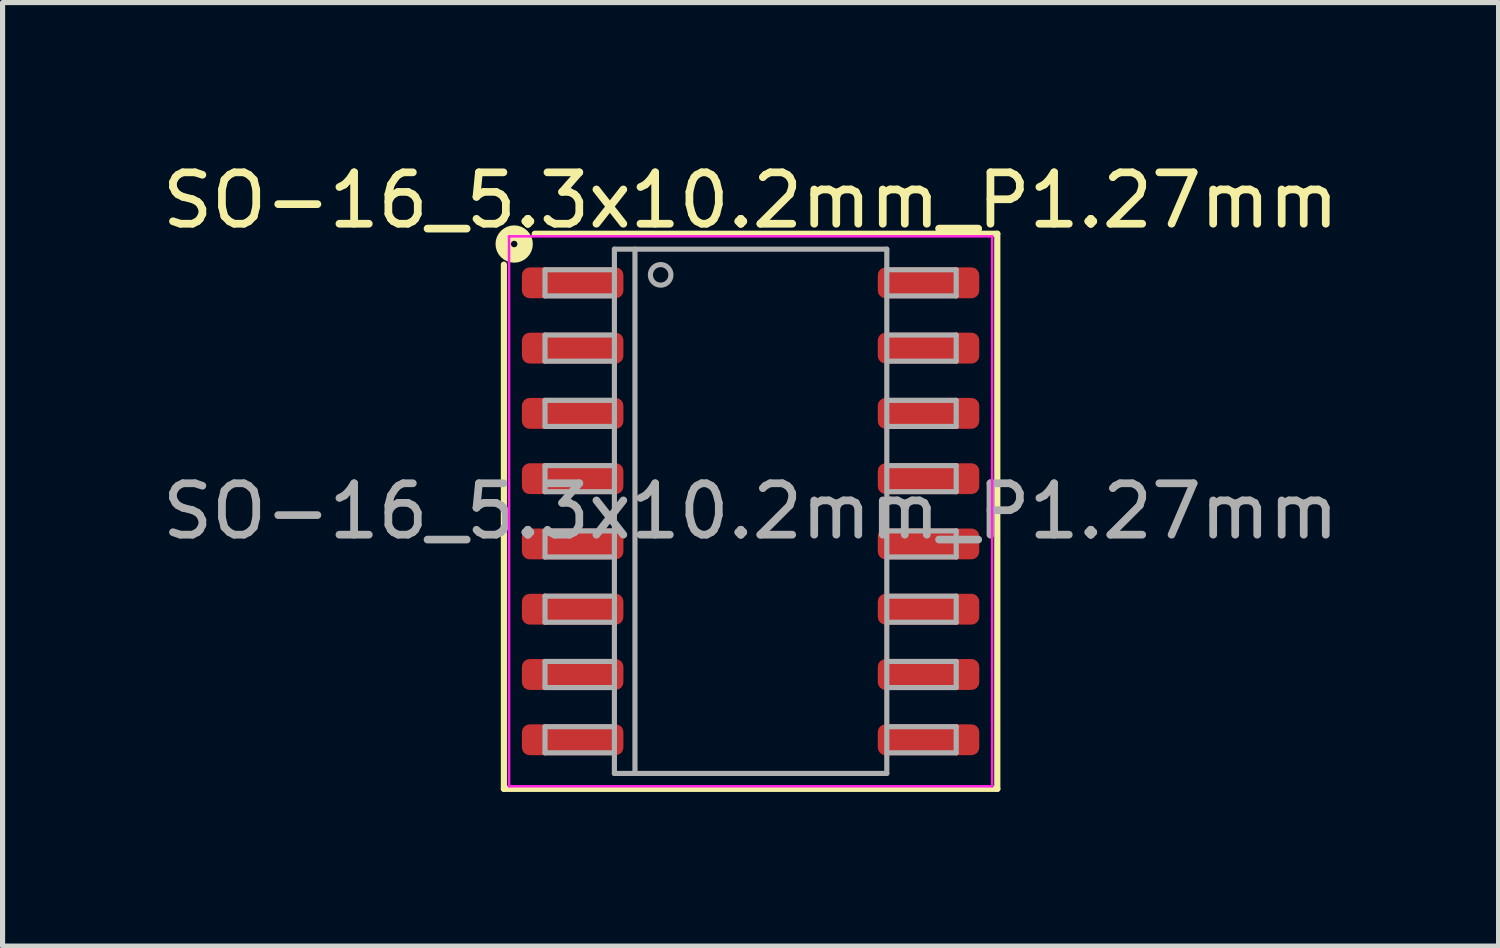
<source format=kicad_pcb>
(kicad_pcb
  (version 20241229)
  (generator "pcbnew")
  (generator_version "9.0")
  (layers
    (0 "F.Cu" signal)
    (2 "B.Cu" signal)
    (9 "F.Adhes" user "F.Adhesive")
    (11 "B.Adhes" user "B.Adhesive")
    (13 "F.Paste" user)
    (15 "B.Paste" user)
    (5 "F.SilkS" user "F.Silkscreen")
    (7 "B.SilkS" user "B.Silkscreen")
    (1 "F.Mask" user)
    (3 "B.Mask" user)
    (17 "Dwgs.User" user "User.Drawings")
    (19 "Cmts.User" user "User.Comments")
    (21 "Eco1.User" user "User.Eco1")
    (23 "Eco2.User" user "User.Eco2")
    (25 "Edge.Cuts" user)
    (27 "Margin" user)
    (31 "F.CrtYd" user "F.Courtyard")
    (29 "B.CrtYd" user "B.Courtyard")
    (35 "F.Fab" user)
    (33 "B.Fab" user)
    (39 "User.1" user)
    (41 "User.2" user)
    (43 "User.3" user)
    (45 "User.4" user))
  (footprint "SO-16_5.3x10.2mm_P1.27mm"
    (layer "F.Cu")
    (at 11.554 6.898)
    (property "Reference" "SO-16_5.3x10.2mm_P1.27mm" (at 0 -6.05 0) (layer "F.SilkS") (effects (font (size 1 1) (thickness 0.15))))
    (attr smd)
    (fp_line (start -4.8 -4.8) (end -4.8 5.4) (stroke (width 0.12) (type solid)) (layer "F.SilkS"))
    (fp_line (start -4.8 5.4) (end 4.8 5.4) (stroke (width 0.12) (type solid)) (layer "F.SilkS"))
    (fp_line (start 4.8 -5.4) (end -4.2 -5.4) (stroke (width 0.12) (type solid)) (layer "F.SilkS"))
    (fp_line (start 4.8 5.4) (end 4.8 -5.4) (stroke (width 0.12) (type solid)) (layer "F.SilkS"))
    (fp_circle (center -4.6 -5.2) (end -4.537 -5.2) (stroke (width 0.3) (type solid)) (fill no) (layer "F.SilkS"))
    (fp_line (start -4.7 -5.35) (end -4.7 5.35) (stroke (width 0.05) (type solid)) (layer "F.CrtYd"))
    (fp_line (start -4.7 5.35) (end 4.7 5.35) (stroke (width 0.05) (type solid)) (layer "F.CrtYd"))
    (fp_line (start 4.7 -5.35) (end -4.7 -5.35) (stroke (width 0.05) (type solid)) (layer "F.CrtYd"))
    (fp_line (start 4.7 5.35) (end 4.7 -5.35) (stroke (width 0.05) (type solid)) (layer "F.CrtYd"))
    (fp_line (start -4 -4.699) (end -4 -4.191) (stroke (width 0.1) (type solid)) (layer "F.Fab"))
    (fp_line (start -4 -4.699) (end -2.667 -4.699) (stroke (width 0.1) (type solid)) (layer "F.Fab"))
    (fp_line (start -4 -4.191) (end -2.667 -4.191) (stroke (width 0.1) (type solid)) (layer "F.Fab"))
    (fp_line (start -4 -3.429) (end -4 -2.921) (stroke (width 0.1) (type solid)) (layer "F.Fab"))
    (fp_line (start -4 -3.429) (end -2.667 -3.429) (stroke (width 0.1) (type solid)) (layer "F.Fab"))
    (fp_line (start -4 -2.921) (end -2.667 -2.921) (stroke (width 0.1) (type solid)) (layer "F.Fab"))
    (fp_line (start -4 -2.159) (end -4 -1.651) (stroke (width 0.1) (type solid)) (layer "F.Fab"))
    (fp_line (start -4 -2.159) (end -2.667 -2.159) (stroke (width 0.1) (type solid)) (layer "F.Fab"))
    (fp_line (start -4 -1.651) (end -2.667 -1.651) (stroke (width 0.1) (type solid)) (layer "F.Fab"))
    (fp_line (start -4 -0.889) (end -4 -0.381) (stroke (width 0.1) (type solid)) (layer "F.Fab"))
    (fp_line (start -4 -0.889) (end -2.667 -0.889) (stroke (width 0.1) (type solid)) (layer "F.Fab"))
    (fp_line (start -4 -0.381) (end -2.667 -0.381) (stroke (width 0.1) (type solid)) (layer "F.Fab"))
    (fp_line (start -4 0.381) (end -4 0.889) (stroke (width 0.1) (type solid)) (layer "F.Fab"))
    (fp_line (start -4 0.381) (end -2.667 0.381) (stroke (width 0.1) (type solid)) (layer "F.Fab"))
    (fp_line (start -4 0.889) (end -2.667 0.889) (stroke (width 0.1) (type solid)) (layer "F.Fab"))
    (fp_line (start -4 1.651) (end -4 2.159) (stroke (width 0.1) (type solid)) (layer "F.Fab"))
    (fp_line (start -4 1.651) (end -2.667 1.651) (stroke (width 0.1) (type solid)) (layer "F.Fab"))
    (fp_line (start -4 2.159) (end -2.667 2.159) (stroke (width 0.1) (type solid)) (layer "F.Fab"))
    (fp_line (start -4 2.921) (end -4 3.429) (stroke (width 0.1) (type solid)) (layer "F.Fab"))
    (fp_line (start -4 2.921) (end -2.667 2.921) (stroke (width 0.1) (type solid)) (layer "F.Fab"))
    (fp_line (start -4 3.429) (end -2.667 3.429) (stroke (width 0.1) (type solid)) (layer "F.Fab"))
    (fp_line (start -4 4.191) (end -4 4.699) (stroke (width 0.1) (type solid)) (layer "F.Fab"))
    (fp_line (start -4 4.191) (end -2.667 4.191) (stroke (width 0.1) (type solid)) (layer "F.Fab"))
    (fp_line (start -4 4.699) (end -2.667 4.699) (stroke (width 0.1) (type solid)) (layer "F.Fab"))
    (fp_line (start -2.65 -5.1) (end 2.65 -5.1) (stroke (width 0.1) (type solid)) (layer "F.Fab"))
    (fp_line (start -2.65 5.1) (end -2.65 -5.1) (stroke (width 0.1) (type solid)) (layer "F.Fab"))
    (fp_line (start -2.25 -5.1) (end -2.25 5.1) (stroke (width 0.1) (type solid)) (layer "F.Fab"))
    (fp_line (start 2.65 -5.1) (end 2.65 5.1) (stroke (width 0.1) (type solid)) (layer "F.Fab"))
    (fp_line (start 2.65 5.1) (end -2.65 5.1) (stroke (width 0.1) (type solid)) (layer "F.Fab"))
    (fp_line (start 4 -4.699) (end 2.667 -4.699) (stroke (width 0.1) (type solid)) (layer "F.Fab"))
    (fp_line (start 4 -4.191) (end 2.667 -4.191) (stroke (width 0.1) (type solid)) (layer "F.Fab"))
    (fp_line (start 4 -4.191) (end 4 -4.699) (stroke (width 0.1) (type solid)) (layer "F.Fab"))
    (fp_line (start 4 -3.429) (end 2.667 -3.429) (stroke (width 0.1) (type solid)) (layer "F.Fab"))
    (fp_line (start 4 -2.921) (end 2.667 -2.921) (stroke (width 0.1) (type solid)) (layer "F.Fab"))
    (fp_line (start 4 -2.921) (end 4 -3.429) (stroke (width 0.1) (type solid)) (layer "F.Fab"))
    (fp_line (start 4 -2.159) (end 2.667 -2.159) (stroke (width 0.1) (type solid)) (layer "F.Fab"))
    (fp_line (start 4 -1.651) (end 2.667 -1.651) (stroke (width 0.1) (type solid)) (layer "F.Fab"))
    (fp_line (start 4 -1.651) (end 4 -2.159) (stroke (width 0.1) (type solid)) (layer "F.Fab"))
    (fp_line (start 4 -0.889) (end 2.667 -0.889) (stroke (width 0.1) (type solid)) (layer "F.Fab"))
    (fp_line (start 4 -0.381) (end 2.667 -0.381) (stroke (width 0.1) (type solid)) (layer "F.Fab"))
    (fp_line (start 4 -0.381) (end 4 -0.889) (stroke (width 0.1) (type solid)) (layer "F.Fab"))
    (fp_line (start 4 0.381) (end 2.667 0.381) (stroke (width 0.1) (type solid)) (layer "F.Fab"))
    (fp_line (start 4 0.889) (end 2.667 0.889) (stroke (width 0.1) (type solid)) (layer "F.Fab"))
    (fp_line (start 4 0.889) (end 4 0.381) (stroke (width 0.1) (type solid)) (layer "F.Fab"))
    (fp_line (start 4 1.651) (end 2.667 1.651) (stroke (width 0.1) (type solid)) (layer "F.Fab"))
    (fp_line (start 4 2.159) (end 2.667 2.159) (stroke (width 0.1) (type solid)) (layer "F.Fab"))
    (fp_line (start 4 2.159) (end 4 1.651) (stroke (width 0.1) (type solid)) (layer "F.Fab"))
    (fp_line (start 4 2.921) (end 2.667 2.921) (stroke (width 0.1) (type solid)) (layer "F.Fab"))
    (fp_line (start 4 3.429) (end 2.667 3.429) (stroke (width 0.1) (type solid)) (layer "F.Fab"))
    (fp_line (start 4 3.429) (end 4 2.921) (stroke (width 0.1) (type solid)) (layer "F.Fab"))
    (fp_line (start 4 4.191) (end 2.667 4.191) (stroke (width 0.1) (type solid)) (layer "F.Fab"))
    (fp_line (start 4 4.699) (end 2.667 4.699) (stroke (width 0.1) (type solid)) (layer "F.Fab"))
    (fp_line (start 4 4.699) (end 4 4.191) (stroke (width 0.1) (type solid)) (layer "F.Fab"))
    (fp_circle (center -1.75 -4.6) (end -1.55 -4.6) (stroke (width 0.1) (type solid)) (fill no) (layer "F.Fab"))
    (fp_text user "${REFERENCE}" (at 0 0 0) (layer "F.Fab") (effects (font (size 1 1) (thickness 0.15))))
    (pad "1" smd roundrect (at -3.462 -4.445) (size 1.975 0.6) (layers "F.Cu" "F.Mask" "F.Paste") (roundrect_rratio 0.25))
    (pad "2" smd roundrect (at -3.462 -3.175) (size 1.975 0.6) (layers "F.Cu" "F.Mask" "F.Paste") (roundrect_rratio 0.25))
    (pad "3" smd roundrect (at -3.462 -1.905) (size 1.975 0.6) (layers "F.Cu" "F.Mask" "F.Paste") (roundrect_rratio 0.25))
    (pad "4" smd roundrect (at -3.462 -0.635) (size 1.975 0.6) (layers "F.Cu" "F.Mask" "F.Paste") (roundrect_rratio 0.25))
    (pad "5" smd roundrect (at -3.462 0.635) (size 1.975 0.6) (layers "F.Cu" "F.Mask" "F.Paste") (roundrect_rratio 0.25))
    (pad "6" smd roundrect (at -3.462 1.905) (size 1.975 0.6) (layers "F.Cu" "F.Mask" "F.Paste") (roundrect_rratio 0.25))
    (pad "7" smd roundrect (at -3.462 3.175) (size 1.975 0.6) (layers "F.Cu" "F.Mask" "F.Paste") (roundrect_rratio 0.25))
    (pad "8" smd roundrect (at -3.462 4.445) (size 1.975 0.6) (layers "F.Cu" "F.Mask" "F.Paste") (roundrect_rratio 0.25))
    (pad "9" smd roundrect (at 3.462 4.445) (size 1.975 0.6) (layers "F.Cu" "F.Mask" "F.Paste") (roundrect_rratio 0.25))
    (pad "10" smd roundrect (at 3.462 3.175) (size 1.975 0.6) (layers "F.Cu" "F.Mask" "F.Paste") (roundrect_rratio 0.25))
    (pad "11" smd roundrect (at 3.462 1.905) (size 1.975 0.6) (layers "F.Cu" "F.Mask" "F.Paste") (roundrect_rratio 0.25))
    (pad "12" smd roundrect (at 3.462 0.635) (size 1.975 0.6) (layers "F.Cu" "F.Mask" "F.Paste") (roundrect_rratio 0.25))
    (pad "13" smd roundrect (at 3.462 -0.635) (size 1.975 0.6) (layers "F.Cu" "F.Mask" "F.Paste") (roundrect_rratio 0.25))
    (pad "14" smd roundrect (at 3.462 -1.905) (size 1.975 0.6) (layers "F.Cu" "F.Mask" "F.Paste") (roundrect_rratio 0.25))
    (pad "15" smd roundrect (at 3.462 -3.175) (size 1.975 0.6) (layers "F.Cu" "F.Mask" "F.Paste") (roundrect_rratio 0.25))
    (pad "16" smd roundrect (at 3.462 -4.445) (size 1.975 0.6) (layers "F.Cu" "F.Mask" "F.Paste") (roundrect_rratio 0.25)))
  (gr_rect
    (start -3 -3)
    (end 26.107 15.358)
    (stroke (width 0.1) (type default))
    (fill no)
    (layer "Edge.Cuts")))
</source>
